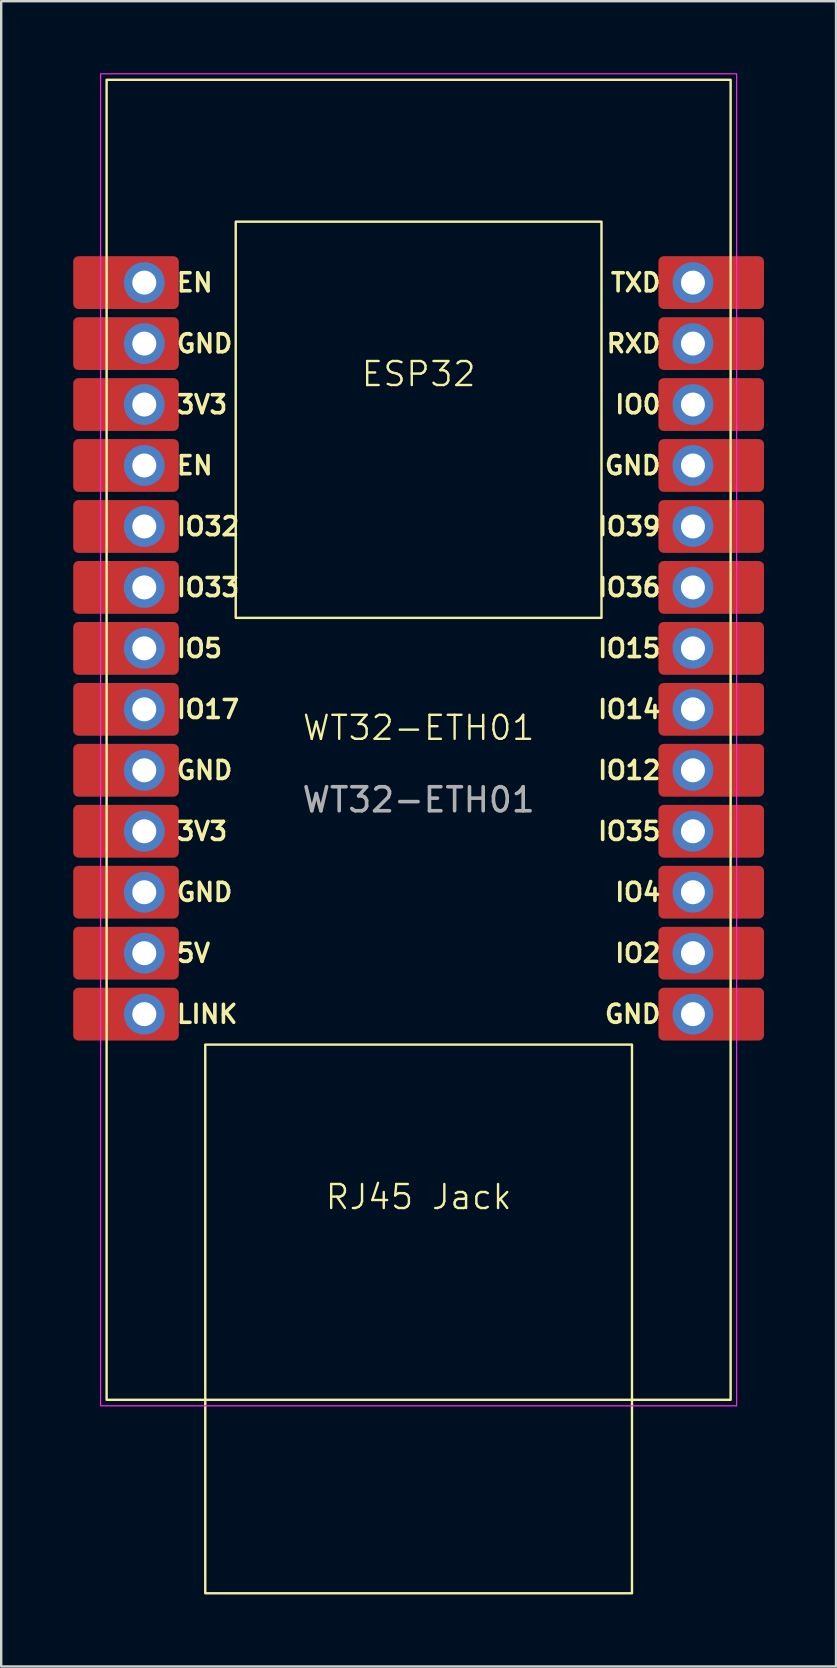
<source format=kicad_pcb>
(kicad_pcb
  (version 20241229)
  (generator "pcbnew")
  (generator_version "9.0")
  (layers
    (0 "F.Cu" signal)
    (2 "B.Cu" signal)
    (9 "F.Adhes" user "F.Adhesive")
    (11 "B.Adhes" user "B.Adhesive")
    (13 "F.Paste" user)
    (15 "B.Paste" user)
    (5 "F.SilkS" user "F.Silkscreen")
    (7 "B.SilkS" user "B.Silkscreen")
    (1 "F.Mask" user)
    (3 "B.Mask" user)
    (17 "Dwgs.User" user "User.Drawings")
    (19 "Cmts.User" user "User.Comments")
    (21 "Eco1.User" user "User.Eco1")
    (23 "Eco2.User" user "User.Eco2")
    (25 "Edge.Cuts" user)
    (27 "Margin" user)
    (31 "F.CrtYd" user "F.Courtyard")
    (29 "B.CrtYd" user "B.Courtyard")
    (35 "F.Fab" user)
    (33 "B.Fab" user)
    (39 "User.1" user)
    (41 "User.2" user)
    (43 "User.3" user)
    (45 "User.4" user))
  (footprint "WT32-ETH01"
    (layer "F.Cu")
    (at 14.392 27.775)
    (property "Reference" "WT32-ETH01" (at 0 -0.5 0) (unlocked yes) (layer "F.SilkS") (effects (font (size 1 1) (thickness 0.1))))
    (attr through_hole)
    (fp_rect (start -13 -27.5) (end 13 27.5) (stroke (width 0.1) (type default)) (fill no) (layer "F.SilkS"))
    (fp_rect (start -8.89 12.7) (end 8.89 35.56) (stroke (width 0.1) (type default)) (fill no) (layer "F.SilkS"))
    (fp_rect (start -7.62 -21.59) (end 7.62 -5.08) (stroke (width 0.1) (type default)) (fill no) (layer "F.SilkS"))
    (fp_rect (start -13.25 -27.75) (end 13.25 27.75) (stroke (width 0.05) (type default)) (fill no) (layer "F.CrtYd"))
    (fp_text user "IO32" (at -10.16 -8.89 0) (unlocked yes) (layer "F.SilkS") (effects (font (size 0.75 0.75) (thickness 0.15) (bold yes)) (justify left)))
    (fp_text user "3V3" (at -10.16 -13.97 0) (unlocked yes) (layer "F.SilkS") (effects (font (size 0.75 0.75) (thickness 0.15) (bold yes)) (justify left)))
    (fp_text user "IO2" (at 10.16 8.89 0) (unlocked yes) (layer "F.SilkS") (effects (font (size 0.75 0.75) (thickness 0.15) (bold yes)) (justify right)))
    (fp_text user "LINK" (at -10.16 11.43 0) (unlocked yes) (layer "F.SilkS") (effects (font (size 0.75 0.75) (thickness 0.15) (bold yes)) (justify left)))
    (fp_text user "GND" (at -10.16 6.35 0) (unlocked yes) (layer "F.SilkS") (effects (font (size 0.75 0.75) (thickness 0.15) (bold yes)) (justify left)))
    (fp_text user "GND" (at -10.16 1.27 0) (unlocked yes) (layer "F.SilkS") (effects (font (size 0.75 0.75) (thickness 0.15) (bold yes)) (justify left)))
    (fp_text user "IO36" (at 10.16 -6.35 0) (unlocked yes) (layer "F.SilkS") (effects (font (size 0.75 0.75) (thickness 0.15) (bold yes)) (justify right)))
    (fp_text user "IO33" (at -10.16 -6.35 0) (unlocked yes) (layer "F.SilkS") (effects (font (size 0.75 0.75) (thickness 0.15) (bold yes)) (justify left)))
    (fp_text user "IO17" (at -10.16 -1.27 0) (unlocked yes) (layer "F.SilkS") (effects (font (size 0.75 0.75) (thickness 0.15) (bold yes)) (justify left)))
    (fp_text user "RJ45 Jack" (at 0 19.05 0) (unlocked yes) (layer "F.SilkS") (effects (font (size 1 1) (thickness 0.1))))
    (fp_text user "5V" (at -10.16 8.89 0) (unlocked yes) (layer "F.SilkS") (effects (font (size 0.75 0.75) (thickness 0.15) (bold yes)) (justify left)))
    (fp_text user "IO15" (at 10.16 -3.81 0) (unlocked yes) (layer "F.SilkS") (effects (font (size 0.75 0.75) (thickness 0.15) (bold yes)) (justify right)))
    (fp_text user "IO12" (at 10.16 1.27 0) (unlocked yes) (layer "F.SilkS") (effects (font (size 0.75 0.75) (thickness 0.15) (bold yes)) (justify right)))
    (fp_text user "3V3" (at -10.16 3.81 0) (unlocked yes) (layer "F.SilkS") (effects (font (size 0.75 0.75) (thickness 0.15) (bold yes)) (justify left)))
    (fp_text user "EN" (at -10.16 -19.05 0) (unlocked yes) (layer "F.SilkS") (effects (font (size 0.75 0.75) (thickness 0.15) (bold yes)) (justify left)))
    (fp_text user "GND" (at 10.16 -11.43 0) (unlocked yes) (layer "F.SilkS") (effects (font (size 0.75 0.75) (thickness 0.15) (bold yes)) (justify right)))
    (fp_text user "IO0" (at 10.16 -13.97 0) (unlocked yes) (layer "F.SilkS") (effects (font (size 0.75 0.75) (thickness 0.15) (bold yes)) (justify right)))
    (fp_text user "GND" (at 10.16 11.43 0) (unlocked yes) (layer "F.SilkS") (effects (font (size 0.75 0.75) (thickness 0.15) (bold yes)) (justify right)))
    (fp_text user "RXD" (at 10.16 -16.51 0) (unlocked yes) (layer "F.SilkS") (effects (font (size 0.75 0.75) (thickness 0.15) (bold yes)) (justify right)))
    (fp_text user "ESP32" (at 0 -15.24 0) (unlocked yes) (layer "F.SilkS") (effects (font (size 1 1) (thickness 0.1))))
    (fp_text user "IO39" (at 10.16 -8.89 0) (unlocked yes) (layer "F.SilkS") (effects (font (size 0.75 0.75) (thickness 0.15) (bold yes)) (justify right)))
    (fp_text user "IO4" (at 10.16 6.35 0) (unlocked yes) (layer "F.SilkS") (effects (font (size 0.75 0.75) (thickness 0.15) (bold yes)) (justify right)))
    (fp_text user "IO14" (at 10.16 -1.27 0) (unlocked yes) (layer "F.SilkS") (effects (font (size 0.75 0.75) (thickness 0.15) (bold yes)) (justify right)))
    (fp_text user "IO35" (at 10.16 3.81 0) (unlocked yes) (layer "F.SilkS") (effects (font (size 0.75 0.75) (thickness 0.15) (bold yes)) (justify right)))
    (fp_text user "EN" (at -10.16 -11.43 0) (unlocked yes) (layer "F.SilkS") (effects (font (size 0.75 0.75) (thickness 0.15) (bold yes)) (justify left)))
    (fp_text user "GND" (at -10.16 -16.51 0) (unlocked yes) (layer "F.SilkS") (effects (font (size 0.75 0.75) (thickness 0.15) (bold yes)) (justify left)))
    (fp_text user "TXD" (at 10.16 -19.05 0) (unlocked yes) (layer "F.SilkS") (effects (font (size 0.75 0.75) (thickness 0.15) (bold yes)) (justify right)))
    (fp_text user "IO5" (at -10.16 -3.81 0) (unlocked yes) (layer "F.SilkS") (effects (font (size 0.75 0.75) (thickness 0.15) (bold yes)) (justify left)))
    (fp_text user "${REFERENCE}" (at 0 2.5 0) (unlocked yes) (layer "F.Fab") (effects (font (size 1 1) (thickness 0.15))))
    (pad "1" smd roundrect (at -12.192 -19.05 90) (size 2.2 4.4) (layers "F.Cu" "F.Mask" "F.Paste") (roundrect_rratio 0.1))
    (pad "1" thru_hole circle (at -11.43 -19.05) (size 1.7 1.7) (drill 1) (layers "*.Cu" "*.Mask"))
    (pad "2" smd roundrect (at -12.192 -16.51 90) (size 2.2 4.4) (layers "F.Cu" "F.Mask" "F.Paste") (roundrect_rratio 0.1))
    (pad "2" thru_hole circle (at -11.43 -16.51) (size 1.7 1.7) (drill 1) (layers "*.Cu" "*.Mask"))
    (pad "3" smd roundrect (at -12.192 -13.97 90) (size 2.2 4.4) (layers "F.Cu" "F.Mask" "F.Paste") (roundrect_rratio 0.1))
    (pad "3" thru_hole circle (at -11.43 -13.97) (size 1.7 1.7) (drill 1) (layers "*.Cu" "*.Mask"))
    (pad "4" smd roundrect (at -12.192 -11.43 90) (size 2.2 4.4) (layers "F.Cu" "F.Mask" "F.Paste") (roundrect_rratio 0.1))
    (pad "4" thru_hole circle (at -11.43 -11.43) (size 1.7 1.7) (drill 1) (layers "*.Cu" "*.Mask"))
    (pad "5" smd roundrect (at -12.192 -8.89 90) (size 2.2 4.4) (layers "F.Cu" "F.Mask" "F.Paste") (roundrect_rratio 0.1))
    (pad "5" thru_hole circle (at -11.43 -8.89) (size 1.7 1.7) (drill 1) (layers "*.Cu" "*.Mask"))
    (pad "6" smd roundrect (at -12.192 -6.35 90) (size 2.2 4.4) (layers "F.Cu" "F.Mask" "F.Paste") (roundrect_rratio 0.1))
    (pad "6" thru_hole circle (at -11.43 -6.35) (size 1.7 1.7) (drill 1) (layers "*.Cu" "*.Mask"))
    (pad "7" smd roundrect (at -12.192 -3.81 90) (size 2.2 4.4) (layers "F.Cu" "F.Mask" "F.Paste") (roundrect_rratio 0.1))
    (pad "7" thru_hole circle (at -11.43 -3.81) (size 1.7 1.7) (drill 1) (layers "*.Cu" "*.Mask"))
    (pad "8" smd roundrect (at -12.192 -1.27 90) (size 2.2 4.4) (layers "F.Cu" "F.Mask" "F.Paste") (roundrect_rratio 0.1))
    (pad "8" thru_hole circle (at -11.43 -1.27) (size 1.7 1.7) (drill 1) (layers "*.Cu" "*.Mask"))
    (pad "9" smd roundrect (at -12.192 1.27 90) (size 2.2 4.4) (layers "F.Cu" "F.Mask" "F.Paste") (roundrect_rratio 0.1))
    (pad "9" thru_hole circle (at -11.43 1.27) (size 1.7 1.7) (drill 1) (layers "*.Cu" "*.Mask"))
    (pad "10" smd roundrect (at -12.192 3.81 90) (size 2.2 4.4) (layers "F.Cu" "F.Mask" "F.Paste") (roundrect_rratio 0.1))
    (pad "10" thru_hole circle (at -11.43 3.81) (size 1.7 1.7) (drill 1) (layers "*.Cu" "*.Mask"))
    (pad "11" smd roundrect (at -12.192 6.35 90) (size 2.2 4.4) (layers "F.Cu" "F.Mask" "F.Paste") (roundrect_rratio 0.1))
    (pad "11" thru_hole circle (at -11.43 6.35) (size 1.7 1.7) (drill 1) (layers "*.Cu" "*.Mask"))
    (pad "12" smd roundrect (at -12.192 8.89 90) (size 2.2 4.4) (layers "F.Cu" "F.Mask" "F.Paste") (roundrect_rratio 0.1))
    (pad "12" thru_hole circle (at -11.43 8.89) (size 1.7 1.7) (drill 1) (layers "*.Cu" "*.Mask"))
    (pad "13" smd roundrect (at -12.192 11.43 90) (size 2.2 4.4) (layers "F.Cu" "F.Mask" "F.Paste") (roundrect_rratio 0.1))
    (pad "13" thru_hole circle (at -11.43 11.43) (size 1.7 1.7) (drill 1) (layers "*.Cu" "*.Mask"))
    (pad "14" thru_hole circle (at 11.43 11.43) (size 1.7 1.7) (drill 1) (layers "*.Cu" "*.Mask"))
    (pad "14" smd roundrect (at 12.192 11.43 90) (size 2.2 4.4) (layers "F.Cu" "F.Mask" "F.Paste") (roundrect_rratio 0.1))
    (pad "15" thru_hole circle (at 11.43 8.89) (size 1.7 1.7) (drill 1) (layers "*.Cu" "*.Mask"))
    (pad "15" smd roundrect (at 12.192 8.89 90) (size 2.2 4.4) (layers "F.Cu" "F.Mask" "F.Paste") (roundrect_rratio 0.1))
    (pad "16" thru_hole circle (at 11.43 6.35) (size 1.7 1.7) (drill 1) (layers "*.Cu" "*.Mask"))
    (pad "16" smd roundrect (at 12.192 6.35 90) (size 2.2 4.4) (layers "F.Cu" "F.Mask" "F.Paste") (roundrect_rratio 0.1))
    (pad "17" thru_hole circle (at 11.43 3.81) (size 1.7 1.7) (drill 1) (layers "*.Cu" "*.Mask"))
    (pad "17" smd roundrect (at 12.192 3.81 90) (size 2.2 4.4) (layers "F.Cu" "F.Mask" "F.Paste") (roundrect_rratio 0.1))
    (pad "18" thru_hole circle (at 11.43 1.27) (size 1.7 1.7) (drill 1) (layers "*.Cu" "*.Mask"))
    (pad "18" smd roundrect (at 12.192 1.27 90) (size 2.2 4.4) (layers "F.Cu" "F.Mask" "F.Paste") (roundrect_rratio 0.1))
    (pad "19" thru_hole circle (at 11.43 -1.27) (size 1.7 1.7) (drill 1) (layers "*.Cu" "*.Mask"))
    (pad "19" smd roundrect (at 12.192 -1.27 90) (size 2.2 4.4) (layers "F.Cu" "F.Mask" "F.Paste") (roundrect_rratio 0.1))
    (pad "20" thru_hole circle (at 11.43 -3.81) (size 1.7 1.7) (drill 1) (layers "*.Cu" "*.Mask"))
    (pad "20" smd roundrect (at 12.192 -3.81 90) (size 2.2 4.4) (layers "F.Cu" "F.Mask" "F.Paste") (roundrect_rratio 0.1))
    (pad "21" thru_hole circle (at 11.43 -6.35) (size 1.7 1.7) (drill 1) (layers "*.Cu" "*.Mask"))
    (pad "21" smd roundrect (at 12.192 -6.35 90) (size 2.2 4.4) (layers "F.Cu" "F.Mask" "F.Paste") (roundrect_rratio 0.1))
    (pad "22" thru_hole circle (at 11.43 -8.89) (size 1.7 1.7) (drill 1) (layers "*.Cu" "*.Mask"))
    (pad "22" smd roundrect (at 12.192 -8.89 90) (size 2.2 4.4) (layers "F.Cu" "F.Mask" "F.Paste") (roundrect_rratio 0.1))
    (pad "23" thru_hole circle (at 11.43 -11.43) (size 1.7 1.7) (drill 1) (layers "*.Cu" "*.Mask"))
    (pad "23" smd roundrect (at 12.192 -11.43 90) (size 2.2 4.4) (layers "F.Cu" "F.Mask" "F.Paste") (roundrect_rratio 0.1))
    (pad "24" thru_hole circle (at 11.43 -13.97) (size 1.7 1.7) (drill 1) (layers "*.Cu" "*.Mask"))
    (pad "24" smd roundrect (at 12.192 -13.97 90) (size 2.2 4.4) (layers "F.Cu" "F.Mask" "F.Paste") (roundrect_rratio 0.1))
    (pad "25" thru_hole circle (at 11.43 -16.51) (size 1.7 1.7) (drill 1) (layers "*.Cu" "*.Mask"))
    (pad "25" smd roundrect (at 12.192 -16.51 90) (size 2.2 4.4) (layers "F.Cu" "F.Mask" "F.Paste") (roundrect_rratio 0.1))
    (pad "26" thru_hole circle (at 11.43 -19.05) (size 1.7 1.7) (drill 1) (layers "*.Cu" "*.Mask"))
    (pad "26" smd roundrect (at 12.192 -19.05 90) (size 2.2 4.4) (layers "F.Cu" "F.Mask" "F.Paste") (roundrect_rratio 0.1)))
  (gr_rect
    (start -3 -3)
    (end 31.784 66.385)
    (stroke (width 0.1) (type default))
    (fill no)
    (layer "Edge.Cuts")))
</source>
